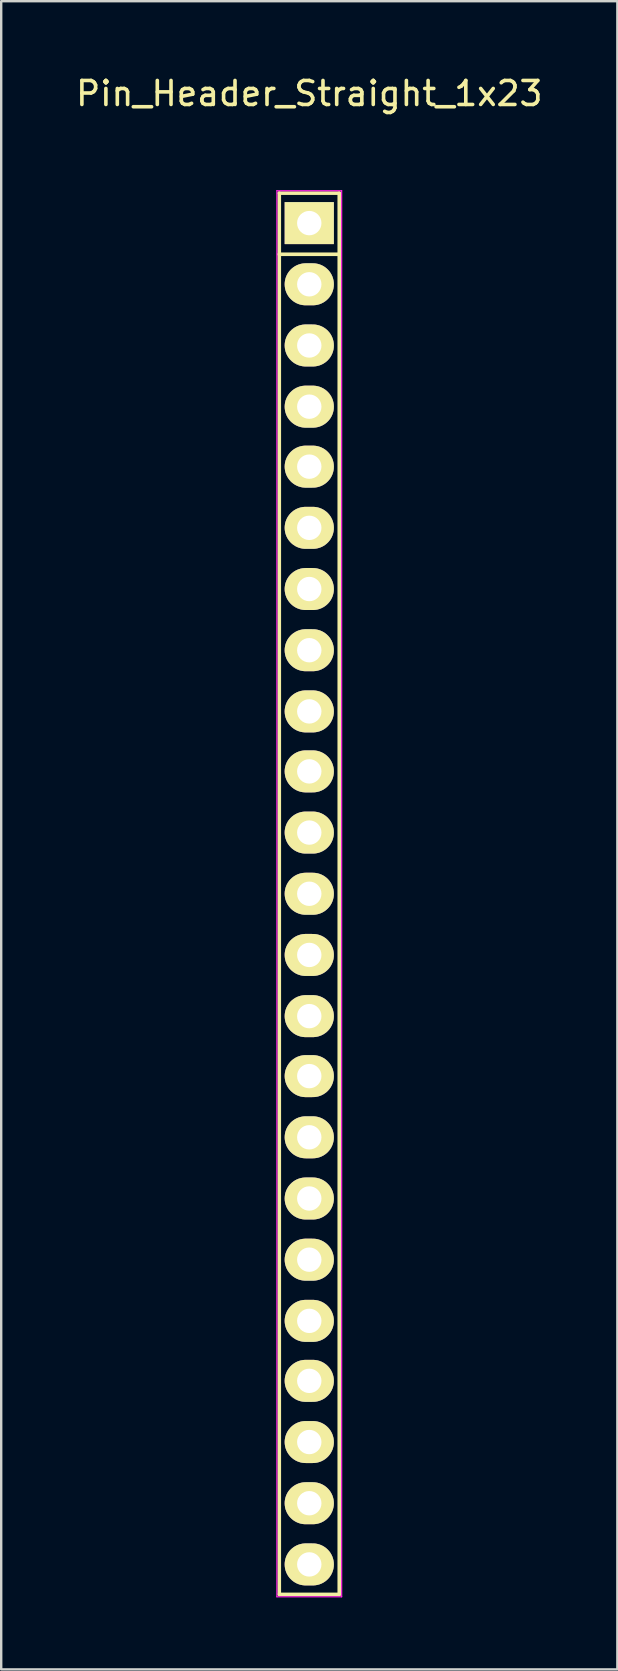
<source format=kicad_pcb>
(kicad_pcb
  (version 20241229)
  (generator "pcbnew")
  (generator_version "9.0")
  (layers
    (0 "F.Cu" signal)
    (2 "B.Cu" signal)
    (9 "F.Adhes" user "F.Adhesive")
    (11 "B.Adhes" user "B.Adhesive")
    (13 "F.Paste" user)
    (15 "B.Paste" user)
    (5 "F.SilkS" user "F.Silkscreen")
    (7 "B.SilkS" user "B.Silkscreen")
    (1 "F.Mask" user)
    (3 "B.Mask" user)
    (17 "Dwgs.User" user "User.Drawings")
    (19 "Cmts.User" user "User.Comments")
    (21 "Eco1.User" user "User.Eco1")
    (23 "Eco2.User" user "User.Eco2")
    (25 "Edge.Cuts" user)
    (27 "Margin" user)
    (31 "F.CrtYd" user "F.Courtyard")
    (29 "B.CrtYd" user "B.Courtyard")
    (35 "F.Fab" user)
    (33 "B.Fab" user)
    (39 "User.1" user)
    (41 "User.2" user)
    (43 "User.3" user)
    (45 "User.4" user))
  (footprint "Pin_Header_Straight_1x23"
    (layer "F.Cu")
    (at 9.839 6.248)
    (property "Reference" "Pin_Header_Straight_1x23" (at 0 -5.4 0) (layer "F.SilkS") (effects (font (size 1 1) (thickness 0.15))))
    (attr through_hole)
    (fp_line (start -1.25 -1.25) (end -1.25 1.3) (stroke (width 0.15) (type solid)) (layer "F.SilkS"))
    (fp_line (start -1.25 1.3) (end -1.25 57.15) (stroke (width 0.15) (type solid)) (layer "F.SilkS"))
    (fp_line (start -1.25 57.15) (end 1.25 57.15) (stroke (width 0.15) (type solid)) (layer "F.SilkS"))
    (fp_line (start 1.25 -1.25) (end -1.25 -1.25) (stroke (width 0.15) (type solid)) (layer "F.SilkS"))
    (fp_line (start 1.25 -1.25) (end 1.25 1.3) (stroke (width 0.15) (type solid)) (layer "F.SilkS"))
    (fp_line (start 1.25 1.3) (end -1.25 1.3) (stroke (width 0.15) (type solid)) (layer "F.SilkS"))
    (fp_line (start 1.25 57.15) (end 1.25 1.3) (stroke (width 0.15) (type solid)) (layer "F.SilkS"))
    (fp_line (start -1.35 -1.35) (end -1.35 57.25) (stroke (width 0.05) (type solid)) (layer "F.CrtYd"))
    (fp_line (start -1.35 -1.35) (end 1.35 -1.35) (stroke (width 0.05) (type solid)) (layer "F.CrtYd"))
    (fp_line (start -1.35 57.25) (end 1.35 57.25) (stroke (width 0.05) (type solid)) (layer "F.CrtYd"))
    (fp_line (start 1.35 -1.35) (end 1.35 57.25) (stroke (width 0.05) (type solid)) (layer "F.CrtYd"))
    (pad "1" thru_hole rect (at 0 0) (size 2.05 1.75) (drill 1.016) (layers "*.Cu" "*.Mask" "F.SilkS"))
    (pad "2" thru_hole oval (at 0 2.55) (size 2.05 1.75) (drill 1.016) (layers "*.Cu" "*.Mask" "F.SilkS"))
    (pad "3" thru_hole oval (at 0 5.1) (size 2.05 1.75) (drill 1.016) (layers "*.Cu" "*.Mask" "F.SilkS"))
    (pad "4" thru_hole oval (at 0 7.65) (size 2.05 1.75) (drill 1.016) (layers "*.Cu" "*.Mask" "F.SilkS"))
    (pad "5" thru_hole oval (at 0 10.15) (size 2.05 1.75) (drill 1.016) (layers "*.Cu" "*.Mask" "F.SilkS"))
    (pad "6" thru_hole oval (at 0 12.7) (size 2.05 1.75) (drill 1.016) (layers "*.Cu" "*.Mask" "F.SilkS"))
    (pad "7" thru_hole oval (at 0 15.25) (size 2.05 1.75) (drill 1.016) (layers "*.Cu" "*.Mask" "F.SilkS"))
    (pad "8" thru_hole oval (at 0 17.8) (size 2.05 1.75) (drill 1.016) (layers "*.Cu" "*.Mask" "F.SilkS"))
    (pad "9" thru_hole oval (at 0 20.35) (size 2.05 1.75) (drill 1.016) (layers "*.Cu" "*.Mask" "F.SilkS"))
    (pad "10" thru_hole oval (at 0 22.85) (size 2.05 1.75) (drill 1.016) (layers "*.Cu" "*.Mask" "F.SilkS"))
    (pad "11" thru_hole oval (at 0 25.4) (size 2.05 1.75) (drill 1.016) (layers "*.Cu" "*.Mask" "F.SilkS"))
    (pad "12" thru_hole oval (at 0 27.95) (size 2.05 1.75) (drill 1.016) (layers "*.Cu" "*.Mask" "F.SilkS"))
    (pad "13" thru_hole oval (at 0 30.5) (size 2.05 1.75) (drill 1.016) (layers "*.Cu" "*.Mask" "F.SilkS"))
    (pad "14" thru_hole oval (at 0 33.05) (size 2.05 1.75) (drill 1.016) (layers "*.Cu" "*.Mask" "F.SilkS"))
    (pad "15" thru_hole oval (at 0 35.55) (size 2.05 1.75) (drill 1.016) (layers "*.Cu" "*.Mask" "F.SilkS"))
    (pad "16" thru_hole oval (at 0 38.1) (size 2.05 1.75) (drill 1.016) (layers "*.Cu" "*.Mask" "F.SilkS"))
    (pad "17" thru_hole oval (at 0 40.65) (size 2.05 1.75) (drill 1.016) (layers "*.Cu" "*.Mask" "F.SilkS"))
    (pad "18" thru_hole oval (at 0 43.2) (size 2.05 1.75) (drill 1.016) (layers "*.Cu" "*.Mask" "F.SilkS"))
    (pad "19" thru_hole oval (at 0 45.75) (size 2.05 1.75) (drill 1.016) (layers "*.Cu" "*.Mask" "F.SilkS"))
    (pad "20" thru_hole oval (at 0 48.25) (size 2.05 1.75) (drill 1.016) (layers "*.Cu" "*.Mask" "F.SilkS"))
    (pad "21" thru_hole oval (at 0 50.8) (size 2.05 1.75) (drill 1.016) (layers "*.Cu" "*.Mask" "F.SilkS"))
    (pad "22" thru_hole oval (at 0 53.35) (size 2.05 1.75) (drill 1.016) (layers "*.Cu" "*.Mask" "F.SilkS"))
    (pad "23" thru_hole oval (at 0 55.9) (size 2.05 1.75) (drill 1.016) (layers "*.Cu" "*.Mask" "F.SilkS")))
  (gr_rect
    (start -3 -3)
    (end 22.679 66.523)
    (stroke (width 0.1) (type default))
    (fill no)
    (layer "Edge.Cuts")))
</source>
